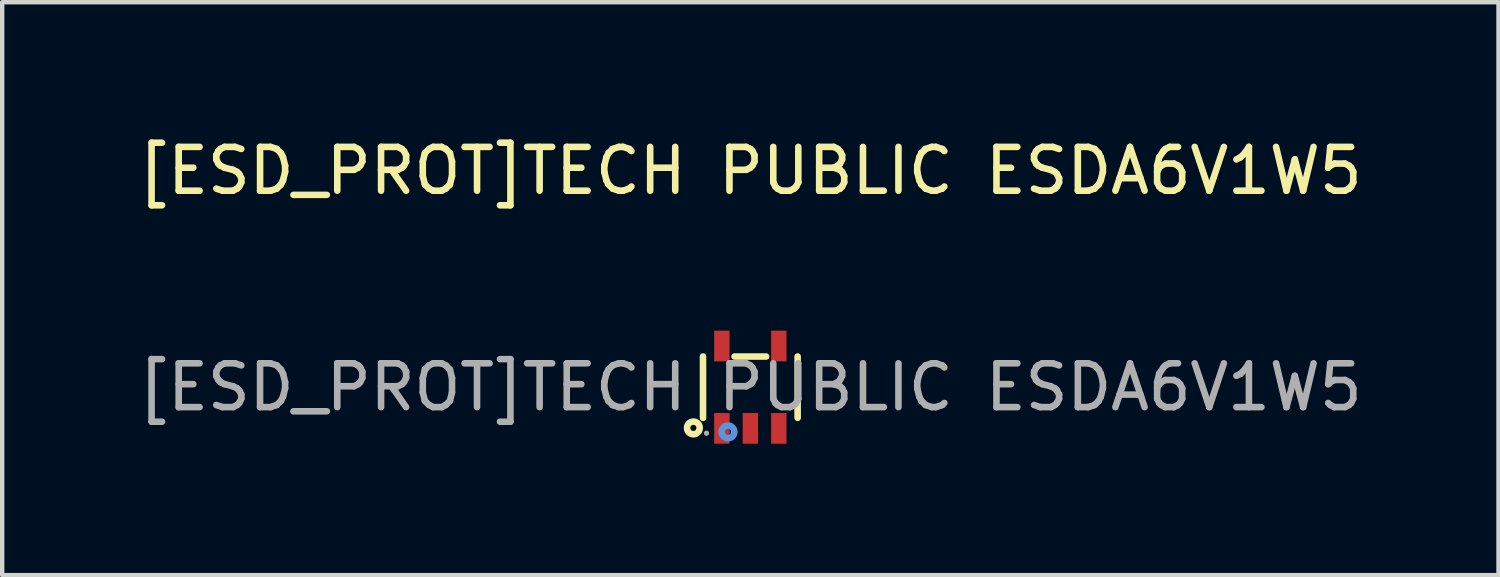
<source format=kicad_pcb>
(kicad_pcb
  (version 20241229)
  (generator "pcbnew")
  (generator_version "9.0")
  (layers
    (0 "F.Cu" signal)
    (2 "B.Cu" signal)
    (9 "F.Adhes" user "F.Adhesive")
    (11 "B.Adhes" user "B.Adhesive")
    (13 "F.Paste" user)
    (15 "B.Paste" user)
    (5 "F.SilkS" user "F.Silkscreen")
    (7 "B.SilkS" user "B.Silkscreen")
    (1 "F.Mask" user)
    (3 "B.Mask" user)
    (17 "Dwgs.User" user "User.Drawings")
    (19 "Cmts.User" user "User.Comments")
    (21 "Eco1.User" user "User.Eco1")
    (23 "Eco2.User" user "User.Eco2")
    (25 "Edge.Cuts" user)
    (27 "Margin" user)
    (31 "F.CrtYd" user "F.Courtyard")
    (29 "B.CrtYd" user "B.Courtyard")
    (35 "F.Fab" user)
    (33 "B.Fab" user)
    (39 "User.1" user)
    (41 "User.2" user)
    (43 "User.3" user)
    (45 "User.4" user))
  (footprint "[ESD_PROT]TECH PUBLIC ESDA6V1W5"
    (layer "F.Cu")
    (at 14.077 5.788)
    (property "Reference" "[ESD_PROT]TECH PUBLIC ESDA6V1W5" (at 0 -4.94 0) (layer "F.SilkS") (effects (font (size 1 1) (thickness 0.15))))
    (attr through_hole)
    (fp_line (start -1.08 0.7) (end -1.08 -0.7) (stroke (width 0.15) (type solid)) (layer "F.SilkS"))
    (fp_line (start -0.36 -0.7) (end 0.36 -0.7) (stroke (width 0.15) (type solid)) (layer "F.SilkS"))
    (fp_line (start 1.08 0.7) (end 1.08 -0.7) (stroke (width 0.15) (type solid)) (layer "F.SilkS"))
    (fp_circle (center -1.3 0.93) (end -1.23 0.93) (stroke (width 0.15) (type solid)) (fill no) (layer "F.SilkS"))
    (fp_circle (center -0.51 1.02) (end -0.44 1.02) (stroke (width 0.15) (type solid)) (fill no) (layer "Cmts.User"))
    (fp_circle (center -1 1.05) (end -0.97 1.05) (stroke (width 0.06) (type solid)) (fill no) (layer "F.Fab"))
    (fp_text user "${REFERENCE}" (at 0 0 0) (layer "F.Fab") (effects (font (size 1 1) (thickness 0.15))))
    (pad "1" smd rect (at -0.65 0.94) (size 0.35 0.7) (layers "F.Cu" "F.Mask" "F.Paste"))
    (pad "2" smd rect (at 0 0.94) (size 0.35 0.7) (layers "F.Cu" "F.Mask" "F.Paste"))
    (pad "3" smd rect (at 0.65 0.94) (size 0.35 0.7) (layers "F.Cu" "F.Mask" "F.Paste"))
    (pad "4" smd rect (at 0.65 -0.94) (size 0.35 0.7) (layers "F.Cu" "F.Mask" "F.Paste"))
    (pad "5" smd rect (at -0.65 -0.94) (size 0.35 0.7) (layers "F.Cu" "F.Mask" "F.Paste")))
  (gr_rect
    (start -3 -3)
    (end 31.155 10.078)
    (stroke (width 0.1) (type default))
    (fill no)
    (layer "Edge.Cuts")))
</source>
